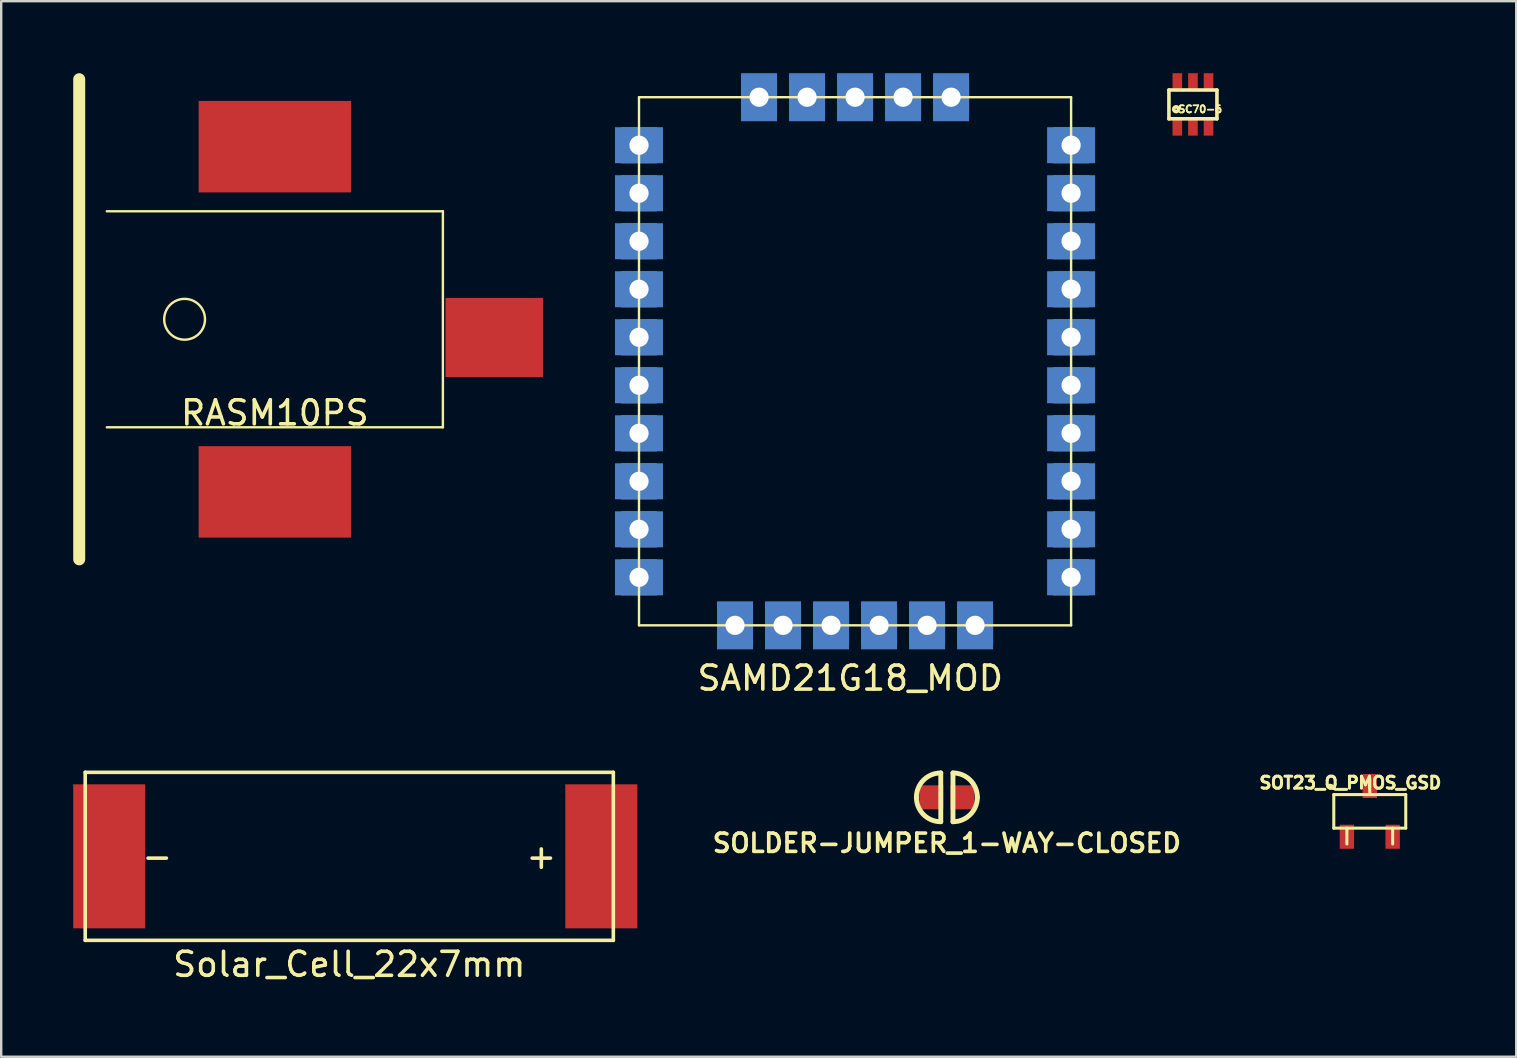
<source format=kicad_pcb>
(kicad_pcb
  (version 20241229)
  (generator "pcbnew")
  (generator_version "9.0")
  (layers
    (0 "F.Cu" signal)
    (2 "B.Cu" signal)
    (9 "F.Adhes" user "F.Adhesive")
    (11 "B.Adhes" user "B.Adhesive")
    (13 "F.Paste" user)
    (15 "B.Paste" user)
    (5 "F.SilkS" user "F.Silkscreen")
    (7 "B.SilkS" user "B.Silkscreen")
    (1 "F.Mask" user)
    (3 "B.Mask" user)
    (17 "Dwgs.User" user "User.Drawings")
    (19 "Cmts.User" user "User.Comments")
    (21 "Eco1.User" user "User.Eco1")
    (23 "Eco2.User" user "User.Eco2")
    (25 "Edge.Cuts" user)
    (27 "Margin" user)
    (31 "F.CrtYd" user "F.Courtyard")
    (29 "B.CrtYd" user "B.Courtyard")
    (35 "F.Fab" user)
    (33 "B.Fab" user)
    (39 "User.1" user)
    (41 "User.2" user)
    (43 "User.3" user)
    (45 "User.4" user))
  (footprint "Solar_Cell_22x7mm"
    (layer "F.Cu")
    (at 11.5 32.623)
    (property "Reference" "Solar_Cell_22x7mm" (at 0 4.5 0) (layer "F.SilkS") (effects (font (size 1 1) (thickness 0.15))))
    (attr through_hole)
    (fp_line (start -11 -3.5) (end 11 -3.5) (stroke (width 0.15) (type solid)) (layer "F.SilkS"))
    (fp_line (start -11 3.5) (end -11 -3.5) (stroke (width 0.15) (type solid)) (layer "F.SilkS"))
    (fp_line (start 11 -3.5) (end 11 3.5) (stroke (width 0.15) (type solid)) (layer "F.SilkS"))
    (fp_line (start 11 3.5) (end -11 3.5) (stroke (width 0.15) (type solid)) (layer "F.SilkS"))
    (fp_text user "-" (at -8 0 0) (layer "F.SilkS") (effects (font (size 1 1) (thickness 0.15))))
    (fp_text user "+" (at 8 0 0) (layer "F.SilkS") (effects (font (size 1 1) (thickness 0.15))))
    (pad "1" smd rect (at -10 0) (size 3 6) (layers "F.Cu" "F.Mask" "F.Paste"))
    (pad "2" smd rect (at 10.5 0) (size 3 6) (layers "F.Cu" "F.Mask" "F.Paste")))
  (footprint "RASM10PS"
    (layer "F.Cu")
    (at 8.4 10.25)
    (property "Reference" "RASM10PS" (at 0 3.9 0) (layer "F.SilkS") (effects (font (size 1 1) (thickness 0.15))))
    (attr through_hole)
    (fp_line (start -8.15 -10) (end -8.15 10) (stroke (width 0.5) (type solid)) (layer "F.SilkS"))
    (fp_line (start -7 4.5) (end 7 4.5) (stroke (width 0.1) (type solid)) (layer "F.SilkS"))
    (fp_line (start 7 -4.5) (end -7 -4.5) (stroke (width 0.1) (type solid)) (layer "F.SilkS"))
    (fp_line (start 7 4.5) (end 7 -4.5) (stroke (width 0.1) (type solid)) (layer "F.SilkS"))
    (fp_circle (center -3.76 0) (end -2.91 0) (stroke (width 0.1) (type solid)) (fill no) (layer "F.SilkS"))
    (pad "1" smd rect (at 9.14 0.76) (size 4.06 3.3) (layers "F.Cu" "F.Mask" "F.Paste"))
    (pad "2" smd rect (at 0 -7.19) (size 6.35 3.81) (layers "F.Cu" "F.Mask" "F.Paste"))
    (pad "3" smd rect (at 0 7.19) (size 6.35 3.81) (layers "F.Cu" "F.Mask" "F.Paste")))
  (footprint "SAMD21G18_MOD"
    (layer "F.Cu")
    (at 32.57 12)
    (property "Reference" "SAMD21G18_MOD" (at -0.2 13.2 0) (layer "F.SilkS") (effects (font (size 1 1) (thickness 0.15))))
    (attr through_hole)
    (fp_line (start -9 -11) (end 9 -11) (stroke (width 0.1) (type solid)) (layer "F.SilkS"))
    (fp_line (start -9 11) (end -9 -11) (stroke (width 0.1) (type solid)) (layer "F.SilkS"))
    (fp_line (start 9 -11) (end 9 11) (stroke (width 0.1) (type solid)) (layer "F.SilkS"))
    (fp_line (start 9 11) (end -9 11) (stroke (width 0.1) (type solid)) (layer "F.SilkS"))
    (pad "1" thru_hole rect (at -9 -9) (size 1.5 1.5) (drill 0.8) (layers "*.Cu" "*.Mask"))
    (pad "1" smd rect (at -9 -9) (size 2 1.5) (layers "B.Cu" "B.Mask"))
    (pad "2" thru_hole rect (at -9 -7) (size 1.5 1.5) (drill 0.8) (layers "*.Cu" "*.Mask"))
    (pad "2" smd rect (at -9 -7) (size 2 1.5) (layers "B.Cu" "B.Mask"))
    (pad "3" thru_hole rect (at -9 -5) (size 1.5 1.5) (drill 0.8) (layers "*.Cu" "*.Mask"))
    (pad "3" smd rect (at -9 -5) (size 2 1.5) (layers "B.Cu" "B.Mask"))
    (pad "4" thru_hole rect (at -9 -3) (size 1.5 1.5) (drill 0.8) (layers "*.Cu" "*.Mask"))
    (pad "4" smd rect (at -9 -3) (size 2 1.5) (layers "B.Cu" "B.Mask"))
    (pad "5" thru_hole rect (at -9 -1) (size 1.5 1.5) (drill 0.8) (layers "*.Cu" "*.Mask"))
    (pad "5" smd rect (at -9 -1) (size 2 1.5) (layers "B.Cu" "B.Mask"))
    (pad "6" thru_hole rect (at -9 1) (size 1.5 1.5) (drill 0.8) (layers "*.Cu" "*.Mask"))
    (pad "6" smd rect (at -9 1) (size 2 1.5) (layers "B.Cu" "B.Mask"))
    (pad "7" thru_hole rect (at -9 3) (size 1.5 1.5) (drill 0.8) (layers "*.Cu" "*.Mask"))
    (pad "7" smd rect (at -9 3) (size 2 1.5) (layers "B.Cu" "B.Mask"))
    (pad "8" thru_hole rect (at -9 5) (size 1.5 1.5) (drill 0.8) (layers "*.Cu" "*.Mask"))
    (pad "8" smd rect (at -9 5) (size 2 1.5) (layers "B.Cu" "B.Mask"))
    (pad "9" thru_hole rect (at -9 7) (size 1.5 1.5) (drill 0.8) (layers "*.Cu" "*.Mask"))
    (pad "9" smd rect (at -9 7) (size 2 1.5) (layers "B.Cu" "B.Mask"))
    (pad "10" thru_hole rect (at -9 9) (size 1.5 1.5) (drill 0.8) (layers "*.Cu" "*.Mask"))
    (pad "10" smd rect (at -9 9) (size 2 1.5) (layers "B.Cu" "B.Mask"))
    (pad "11" thru_hole rect (at -5 11 90) (size 1.5 1.5) (drill 0.8) (layers "*.Cu" "*.Mask"))
    (pad "11" smd rect (at -5 11 90) (size 2 1.5) (layers "B.Cu" "B.Mask"))
    (pad "12" thru_hole rect (at -3 11 90) (size 1.5 1.5) (drill 0.8) (layers "*.Cu" "*.Mask"))
    (pad "12" smd rect (at -3 11 90) (size 2 1.5) (layers "B.Cu" "B.Mask"))
    (pad "13" thru_hole rect (at -1 11 90) (size 1.5 1.5) (drill 0.8) (layers "*.Cu" "*.Mask"))
    (pad "13" smd rect (at -1 11 90) (size 2 1.5) (layers "B.Cu" "B.Mask"))
    (pad "14" thru_hole rect (at 1 11 90) (size 1.5 1.5) (drill 0.8) (layers "*.Cu" "*.Mask"))
    (pad "14" smd rect (at 1 11 90) (size 2 1.5) (layers "B.Cu" "B.Mask"))
    (pad "15" thru_hole rect (at 3 11 90) (size 1.5 1.5) (drill 0.8) (layers "*.Cu" "*.Mask"))
    (pad "15" smd rect (at 3 11 90) (size 2 1.5) (layers "B.Cu" "B.Mask"))
    (pad "16" thru_hole rect (at 5 11 90) (size 1.5 1.5) (drill 0.8) (layers "*.Cu" "*.Mask"))
    (pad "16" smd rect (at 5 11 90) (size 2 1.5) (layers "B.Cu" "B.Mask"))
    (pad "17" thru_hole rect (at 9 9) (size 1.5 1.5) (drill 0.8) (layers "*.Cu" "*.Mask"))
    (pad "17" smd rect (at 9 9) (size 2 1.5) (layers "B.Cu" "B.Mask"))
    (pad "18" thru_hole rect (at 9 7) (size 1.5 1.5) (drill 0.8) (layers "*.Cu" "*.Mask"))
    (pad "18" smd rect (at 9 7) (size 2 1.5) (layers "B.Cu" "B.Mask"))
    (pad "19" thru_hole rect (at 9 5) (size 1.5 1.5) (drill 0.8) (layers "*.Cu" "*.Mask"))
    (pad "19" smd rect (at 9 5) (size 2 1.5) (layers "B.Cu" "B.Mask"))
    (pad "20" thru_hole rect (at 9 3) (size 1.5 1.5) (drill 0.8) (layers "*.Cu" "*.Mask"))
    (pad "20" smd rect (at 9 3) (size 2 1.5) (layers "B.Cu" "B.Mask"))
    (pad "21" thru_hole rect (at 9 1) (size 1.5 1.5) (drill 0.8) (layers "*.Cu" "*.Mask"))
    (pad "21" smd rect (at 9 1) (size 2 1.5) (layers "B.Cu" "B.Mask"))
    (pad "22" thru_hole rect (at 9 -1) (size 1.5 1.5) (drill 0.8) (layers "*.Cu" "*.Mask"))
    (pad "22" smd rect (at 9 -1) (size 2 1.5) (layers "B.Cu" "B.Mask"))
    (pad "23" thru_hole rect (at 9 -3) (size 1.5 1.5) (drill 0.8) (layers "*.Cu" "*.Mask"))
    (pad "23" smd rect (at 9 -3) (size 2 1.5) (layers "B.Cu" "B.Mask"))
    (pad "24" thru_hole rect (at 9 -5) (size 1.5 1.5) (drill 0.8) (layers "*.Cu" "*.Mask"))
    (pad "24" smd rect (at 9 -5) (size 2 1.5) (layers "B.Cu" "B.Mask"))
    (pad "25" thru_hole rect (at 9 -7) (size 1.5 1.5) (drill 0.8) (layers "*.Cu" "*.Mask"))
    (pad "25" smd rect (at 9 -7) (size 2 1.5) (layers "B.Cu" "B.Mask"))
    (pad "26" thru_hole rect (at 9 -9) (size 1.5 1.5) (drill 0.8) (layers "*.Cu" "*.Mask"))
    (pad "26" smd rect (at 9 -9) (size 2 1.5) (layers "B.Cu" "B.Mask"))
    (pad "27" thru_hole rect (at 4 -11 90) (size 1.5 1.5) (drill 0.8) (layers "*.Cu" "*.Mask"))
    (pad "27" smd rect (at 4 -11 90) (size 2 1.5) (layers "B.Cu" "B.Mask"))
    (pad "28" thru_hole rect (at 2 -11 90) (size 1.5 1.5) (drill 0.8) (layers "*.Cu" "*.Mask"))
    (pad "28" smd rect (at 2 -11 90) (size 2 1.5) (layers "B.Cu" "B.Mask"))
    (pad "29" thru_hole rect (at 0 -11 90) (size 1.5 1.5) (drill 0.8) (layers "*.Cu" "*.Mask"))
    (pad "29" smd rect (at 0 -11 90) (size 2 1.5) (layers "B.Cu" "B.Mask"))
    (pad "30" thru_hole rect (at -2 -11 90) (size 1.5 1.5) (drill 0.8) (layers "*.Cu" "*.Mask"))
    (pad "30" smd rect (at -2 -11 90) (size 2 1.5) (layers "B.Cu" "B.Mask"))
    (pad "31" thru_hole rect (at -4 -11 90) (size 1.5 1.5) (drill 0.8) (layers "*.Cu" "*.Mask"))
    (pad "31" smd rect (at -4 -11 90) (size 2 1.5) (layers "B.Cu" "B.Mask")))
  (footprint "SC70-6"
    (layer "F.Cu")
    (at 46.645 1.3)
    (property "Reference" "SC70-6" (at 0.3 0.2 0) (layer "F.SilkS") (effects (font (size 0.3 0.3) (thickness 0.075))))
    (attr through_hole)
    (fp_line (start -1 -0.6) (end 1 -0.6) (stroke (width 0.15) (type solid)) (layer "F.SilkS"))
    (fp_line (start -1 0.6) (end -1 -0.6) (stroke (width 0.15) (type solid)) (layer "F.SilkS"))
    (fp_line (start 1 -0.6) (end 1 0.6) (stroke (width 0.15) (type solid)) (layer "F.SilkS"))
    (fp_line (start 1 0.6) (end -1 0.6) (stroke (width 0.15) (type solid)) (layer "F.SilkS"))
    (fp_circle (center -0.7 0.2) (end -0.7 0.3) (stroke (width 0.15) (type solid)) (fill no) (layer "F.SilkS"))
    (pad "1" smd rect (at -0.65 0.95) (size 0.4 0.7) (layers "F.Cu" "F.Mask" "F.Paste"))
    (pad "2" smd rect (at 0 0.95) (size 0.4 0.7) (layers "F.Cu" "F.Mask" "F.Paste"))
    (pad "3" smd rect (at 0.65 0.95) (size 0.4 0.7) (layers "F.Cu" "F.Mask" "F.Paste"))
    (pad "4" smd rect (at 0.65 -0.95) (size 0.4 0.7) (layers "F.Cu" "F.Mask" "F.Paste"))
    (pad "5" smd rect (at 0 -0.95) (size 0.4 0.7) (layers "F.Cu" "F.Mask" "F.Paste"))
    (pad "6" smd rect (at -0.65 -0.95) (size 0.4 0.7) (layers "F.Cu" "F.Mask" "F.Paste")))
  (footprint "SOLDER-JUMPER_1-WAY-CLOSED"
    (layer "F.Cu")
    (at 36.395 30.166)
    (property "Reference" "SOLDER-JUMPER_1-WAY-CLOSED" (at 0 1.905 0) (layer "F.SilkS") (effects (font (size 0.762 0.762) (thickness 0.152))))
    (attr through_hole)
    (fp_line (start -0.254 -1.016) (end -0.254 1.016) (stroke (width 0.203) (type solid)) (layer "F.SilkS"))
    (fp_line (start 0.254 1.016) (end 0.254 -1.016) (stroke (width 0.203) (type solid)) (layer "F.SilkS"))
    (fp_arc (start -1.27 0) (mid -0.97242 -0.71842) (end -0.254 -1.016) (stroke (width 0.2032) (type solid)) (layer "F.SilkS"))
    (fp_arc (start -0.254 1.016) (mid -0.97242 0.71842) (end -1.27 0) (stroke (width 0.2032) (type solid)) (layer "F.SilkS"))
    (fp_arc (start 0.254 -1.016) (mid 0.97242 -0.71842) (end 1.27 0) (stroke (width 0.2032) (type solid)) (layer "F.SilkS"))
    (fp_arc (start 1.27 0) (mid 0.97242 0.71842) (end 0.254 1.016) (stroke (width 0.2032) (type solid)) (layer "F.SilkS"))
    (pad "1" smd rect (at -0.65 0) (size 1 1) (layers "F.Cu" "F.Mask" "F.Paste"))
    (pad "2" smd rect (at 0.65 0) (size 1 1) (layers "F.Cu" "F.Mask" "F.Paste")))
  (footprint "SOT23_Q_PMOS_GSD"
    (layer "F.Cu")
    (at 54.012 30.75)
    (property "Reference" "SOT23_Q_PMOS_GSD" (at -0.81 -1.19 0) (layer "F.SilkS") (effects (font (size 0.5 0.5) (thickness 0.125))))
    (attr through_hole)
    (fp_line (start -1.499 -0.699) (end 1.499 -0.699) (stroke (width 0.127) (type solid)) (layer "F.SilkS"))
    (fp_line (start -1.499 0.699) (end -1.499 -0.699) (stroke (width 0.127) (type solid)) (layer "F.SilkS"))
    (fp_line (start -0.953 0.699) (end -0.953 1.359) (stroke (width 0.127) (type solid)) (layer "F.SilkS"))
    (fp_line (start 0 -0.699) (end 0 -1.359) (stroke (width 0.127) (type solid)) (layer "F.SilkS"))
    (fp_line (start 0.953 0.699) (end 0.953 1.359) (stroke (width 0.127) (type solid)) (layer "F.SilkS"))
    (fp_line (start 1.499 -0.699) (end 1.499 0.699) (stroke (width 0.127) (type solid)) (layer "F.SilkS"))
    (fp_line (start 1.499 0.699) (end -1.499 0.699) (stroke (width 0.127) (type solid)) (layer "F.SilkS"))
    (pad "1" smd rect (at -0.953 1.057) (size 0.599 1.001) (layers "F.Cu" "F.Mask" "F.Paste"))
    (pad "2" smd rect (at 0.953 1.057) (size 0.599 1.001) (layers "F.Cu" "F.Mask" "F.Paste"))
    (pad "3" smd rect (at 0 -1.057) (size 0.599 1.001) (layers "F.Cu" "F.Mask" "F.Paste")))
  (gr_rect
    (start -3 -3)
    (end 60.113 40.971)
    (stroke (width 0.1) (type default))
    (fill no)
    (layer "Edge.Cuts")))
</source>
